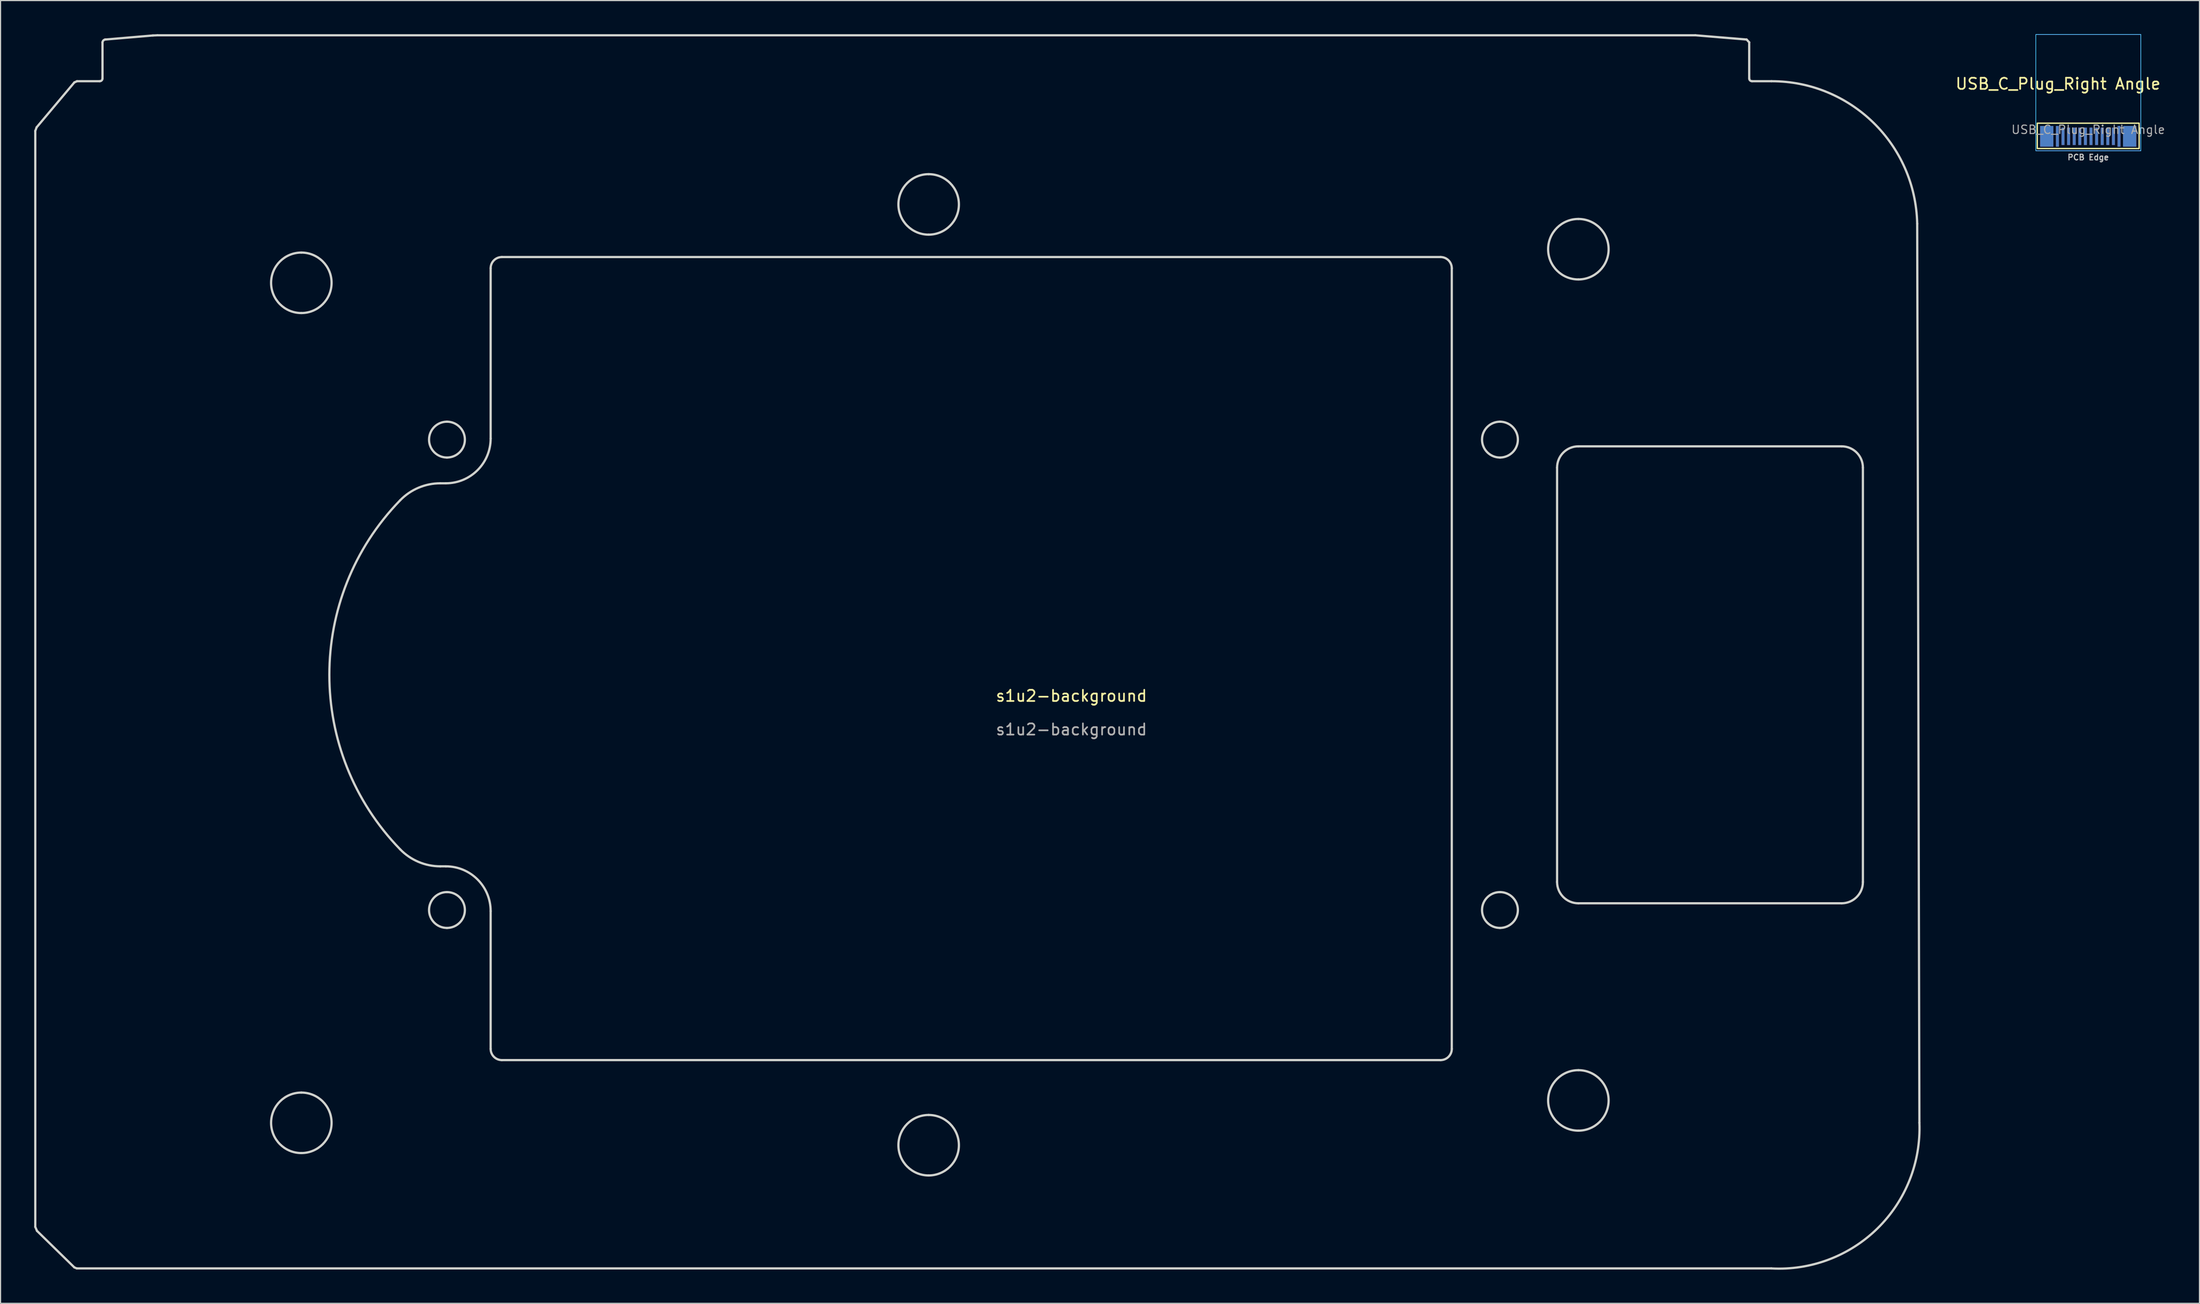
<source format=kicad_pcb>
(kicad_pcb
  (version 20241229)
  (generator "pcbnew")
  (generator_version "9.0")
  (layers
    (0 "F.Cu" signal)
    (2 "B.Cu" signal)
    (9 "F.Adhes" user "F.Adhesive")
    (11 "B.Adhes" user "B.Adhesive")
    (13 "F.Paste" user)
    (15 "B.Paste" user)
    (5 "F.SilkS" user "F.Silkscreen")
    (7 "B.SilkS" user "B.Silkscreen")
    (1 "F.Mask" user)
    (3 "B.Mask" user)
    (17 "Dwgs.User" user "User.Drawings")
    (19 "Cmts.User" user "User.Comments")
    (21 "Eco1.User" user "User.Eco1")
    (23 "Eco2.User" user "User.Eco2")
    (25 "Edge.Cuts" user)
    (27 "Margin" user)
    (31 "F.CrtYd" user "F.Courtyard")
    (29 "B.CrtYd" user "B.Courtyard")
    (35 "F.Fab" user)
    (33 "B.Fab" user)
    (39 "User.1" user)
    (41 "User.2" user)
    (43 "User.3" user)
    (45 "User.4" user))
  (footprint "USB_C_Plug_Right Angle"
    (layer "F.Cu")
    (at 183.363 7.975)
    (property "Reference" "USB_C_Plug_Right Angle" (at -2.692 -3.54 0) (layer "F.SilkS") (effects (font (size 1 1) (thickness 0.15))))
    (attr smd)
    (fp_rect (start -4.547 2.235) (end 4.547 -0.025) (stroke (width 0.12) (type solid)) (fill no) (layer "F.SilkS"))
    (fp_rect (start -4.674 -7.95) (end 4.699 2.438) (stroke (width 0.05) (type solid)) (fill no) (layer "B.CrtYd"))
    (fp_rect (start -4.674 2.438) (end 4.699 -7.95) (stroke (width 0.05) (type solid)) (fill no) (layer "F.CrtYd"))
    (fp_text user "PCB Edge" (at 0 3.022 0) (layer "Dwgs.User") (effects (font (size 0.5 0.5) (thickness 0.1))))
    (fp_text user "${REFERENCE}" (at 0 0.552 0) (layer "F.Fab") (effects (font (size 0.75 0.75) (thickness 0.1))))
    (pad "" smd rect (at -3.7 1.147) (size 1.18 1.85) (layers "F.Cu" "F.Mask"))
    (pad "" smd rect (at -3.7 1.147) (size 1.18 1.85) (layers "B.Cu" "B.Mask" "B.Paste"))
    (pad "" smd rect (at 3.7 1.147) (size 1.18 1.85) (layers "F.Cu" "F.Mask"))
    (pad "" smd rect (at 3.7 1.147 180) (size 1.18 1.85) (layers "B.Cu" "B.Mask" "B.Paste"))
    (pad "A1" smd rect (at 2.75 1.147) (size 0.26 1.85) (layers "F.Cu" "F.Mask" "F.Paste"))
    (pad "A2" smd rect (at 2.25 1.147) (size 0.26 1.55) (layers "F.Cu" "F.Mask" "F.Paste"))
    (pad "A3" smd rect (at 1.75 1.147) (size 0.26 1.55) (layers "F.Cu" "F.Mask" "F.Paste"))
    (pad "A4" smd rect (at 1.25 1.147) (size 0.26 1.55) (layers "F.Cu" "F.Mask" "F.Paste"))
    (pad "A5" smd rect (at 0.75 1.147) (size 0.26 1.55) (layers "F.Cu" "F.Mask" "F.Paste"))
    (pad "A6" smd rect (at 0.25 1.147 180) (size 0.26 1.55) (layers "F.Cu" "F.Mask" "F.Paste"))
    (pad "A7" smd rect (at -0.25 1.147 180) (size 0.26 1.55) (layers "F.Cu" "F.Mask" "F.Paste"))
    (pad "A8" smd rect (at -0.75 1.147) (size 0.26 1.55) (layers "F.Cu" "F.Mask" "F.Paste"))
    (pad "A9" smd rect (at -1.25 1.147) (size 0.26 1.55) (layers "F.Cu" "F.Mask" "F.Paste"))
    (pad "A10" smd rect (at -1.75 1.147) (size 0.26 1.55) (layers "F.Cu" "F.Mask" "F.Paste"))
    (pad "A11" smd rect (at -2.25 1.147) (size 0.26 1.55) (layers "F.Cu" "F.Mask" "F.Paste"))
    (pad "A12" smd rect (at -2.75 1.147) (size 0.26 1.85) (layers "F.Cu" "F.Mask" "F.Paste"))
    (pad "B1" smd rect (at -2.75 1.147) (size 0.26 1.85) (layers "B.Cu" "B.Mask" "B.Paste"))
    (pad "B2" smd rect (at -2.25 1.147) (size 0.26 1.55) (layers "B.Cu" "B.Mask" "B.Paste"))
    (pad "B3" smd rect (at -1.75 1.147) (size 0.26 1.55) (layers "B.Cu" "B.Mask" "B.Paste"))
    (pad "B4" smd rect (at -1.25 1.147) (size 0.26 1.55) (layers "B.Cu" "B.Mask" "B.Paste"))
    (pad "B5" smd rect (at -0.75 1.147) (size 0.26 1.55) (layers "B.Cu" "B.Mask" "B.Paste"))
    (pad "B6" smd rect (at -0.25 1.147 180) (size 0.26 1.55) (layers "B.Cu" "B.Mask" "B.Paste"))
    (pad "B7" smd rect (at 0.25 1.147) (size 0.26 1.55) (layers "B.Cu" "B.Mask" "B.Paste"))
    (pad "B8" smd rect (at 0.75 1.147) (size 0.26 1.55) (layers "B.Cu" "B.Mask" "B.Paste"))
    (pad "B9" smd rect (at 1.25 1.147) (size 0.26 1.55) (layers "B.Cu" "B.Mask" "B.Paste"))
    (pad "B10" smd rect (at 1.75 1.147) (size 0.26 1.55) (layers "B.Cu" "B.Mask" "B.Paste"))
    (pad "B11" smd rect (at 2.25 1.147) (size 0.26 1.55) (layers "B.Cu" "B.Mask" "B.Paste"))
    (pad "B12" smd rect (at 2.75 1.147) (size 0.26 1.85) (layers "B.Cu" "B.Mask" "B.Paste")))
  (footprint "s1u2-background"
    (layer "F.Cu")
    (at 92.597 59.582)
    (property "Reference" "s1u2-background" (at 0 -0.5 0) (unlocked yes) (layer "F.SilkS") (effects (font (size 1 1) (thickness 0.15))))
    (attr smd)
    (fp_line (start -92.497 46.911) (end -92.497 -50.943) (stroke (width 0.2) (type solid)) (layer "Edge.Cuts"))
    (fp_line (start -92.497 46.911) (end -92.347 47.265) (stroke (width 0.2) (type solid)) (layer "Edge.Cuts"))
    (fp_line (start -92.381 -51.26) (end -92.497 -50.943) (stroke (width 0.2) (type solid)) (layer "Edge.Cuts"))
    (fp_line (start -92.381 -51.26) (end -89.01 -55.273) (stroke (width 0.2) (type solid)) (layer "Edge.Cuts"))
    (fp_line (start -89.01 -55.273) (end -88.774 -55.382) (stroke (width 0.2) (type solid)) (layer "Edge.Cuts"))
    (fp_line (start -89.008 50.53) (end -92.347 47.265) (stroke (width 0.2) (type solid)) (layer "Edge.Cuts"))
    (fp_line (start -89.008 50.53) (end -88.791 50.618) (stroke (width 0.2) (type solid)) (layer "Edge.Cuts"))
    (fp_line (start -88.774 -55.382) (end -86.747 -55.382) (stroke (width 0.2) (type solid)) (layer "Edge.Cuts"))
    (fp_line (start -86.497 -55.632) (end -86.497 -58.853) (stroke (width 0.2) (type solid)) (layer "Edge.Cuts"))
    (fp_line (start -86.263 -59.102) (end -81.997 -59.465) (stroke (width 0.2) (type solid)) (layer "Edge.Cuts"))
    (fp_line (start -81.997 -59.465) (end -81.59 -59.482) (stroke (width 0.2) (type solid)) (layer "Edge.Cuts"))
    (fp_line (start -81.59 -59.482) (end 55.694 -59.482) (stroke (width 0.2) (type solid)) (layer "Edge.Cuts"))
    (fp_line (start -56.337 -19.482) (end -55.847 -19.482) (stroke (width 0.2) (type solid)) (layer "Edge.Cuts"))
    (fp_line (start -55.847 14.718) (end -56.337 14.718) (stroke (width 0.2) (type solid)) (layer "Edge.Cuts"))
    (fp_line (start -51.847 -23.482) (end -51.847 -38.682) (stroke (width 0.2) (type solid)) (layer "Edge.Cuts"))
    (fp_line (start -51.847 31.018) (end -51.847 18.718) (stroke (width 0.2) (type solid)) (layer "Edge.Cuts"))
    (fp_line (start -50.847 -39.682) (end 32.953 -39.682) (stroke (width 0.2) (type solid)) (layer "Edge.Cuts"))
    (fp_line (start 32.953 32.018) (end -50.847 32.018) (stroke (width 0.2) (type solid)) (layer "Edge.Cuts"))
    (fp_line (start 33.953 -38.682) (end 33.953 31.018) (stroke (width 0.2) (type solid)) (layer "Edge.Cuts"))
    (fp_line (start 43.353 16.118) (end 43.353 -20.882) (stroke (width 0.2) (type solid)) (layer "Edge.Cuts"))
    (fp_line (start 45.253 -22.782) (end 68.753 -22.782) (stroke (width 0.2) (type solid)) (layer "Edge.Cuts"))
    (fp_line (start 55.694 -59.482) (end 60.274 -59.102) (stroke (width 0.2) (type solid)) (layer "Edge.Cuts"))
    (fp_line (start 60.274 -59.102) (end 60.503 -58.853) (stroke (width 0.2) (type solid)) (layer "Edge.Cuts"))
    (fp_line (start 60.503 -58.853) (end 60.503 -55.632) (stroke (width 0.2) (type solid)) (layer "Edge.Cuts"))
    (fp_line (start 60.753 -55.382) (end 62.492 -55.382) (stroke (width 0.2) (type solid)) (layer "Edge.Cuts"))
    (fp_line (start 62.476 50.618) (end -88.791 50.618) (stroke (width 0.2) (type solid)) (layer "Edge.Cuts"))
    (fp_line (start 68.753 18.018) (end 45.253 18.018) (stroke (width 0.2) (type solid)) (layer "Edge.Cuts"))
    (fp_line (start 70.653 -20.882) (end 70.653 16.118) (stroke (width 0.2) (type solid)) (layer "Edge.Cuts"))
    (fp_line (start 75.5 -42.654) (end 75.697 37.614) (stroke (width 0.2) (type solid)) (layer "Edge.Cuts"))
    (fp_arc (start -86.496728 -58.852594) (mid -86.420993 -59.015692) (end -86.263407 -59.102315) (stroke (width 0.2) (type solid)) (layer "Edge.Cuts"))
    (fp_arc (start -86.496728 -55.6318) (mid -86.569951 -55.455023) (end -86.746728 -55.3818) (stroke (width 0.2) (type solid)) (layer "Edge.Cuts"))
    (fp_arc (start -68.746728 -40.0818) (mid -66.046728 -37.3818) (end -68.746728 -34.6818) (stroke (width 0.2) (type solid)) (layer "Edge.Cuts"))
    (fp_arc (start -68.746728 -34.6818) (mid -71.446728 -37.3818) (end -68.746728 -40.0818) (stroke (width 0.2) (type solid)) (layer "Edge.Cuts"))
    (fp_arc (start -68.746728 34.9182) (mid -66.046728 37.6182) (end -68.746728 40.3182) (stroke (width 0.2) (type solid)) (layer "Edge.Cuts"))
    (fp_arc (start -68.746728 40.3182) (mid -71.446728 37.6182) (end -68.746728 34.9182) (stroke (width 0.2) (type solid)) (layer "Edge.Cuts"))
    (fp_arc (start -59.923619 -17.965706) (mid -58.284053 -19.087206) (end -56.3372 -19.4818) (stroke (width 0.2) (type solid)) (layer "Edge.Cuts"))
    (fp_arc (start -59.923619 13.202106) (mid -66.246728 -2.3818) (end -59.923619 -17.965706) (stroke (width 0.2) (type solid)) (layer "Edge.Cuts"))
    (fp_arc (start -56.3372 14.7182) (mid -58.284053 14.323606) (end -59.923619 13.202106) (stroke (width 0.2) (type solid)) (layer "Edge.Cuts"))
    (fp_arc (start -55.846728 14.7182) (mid -53.018301 15.889773) (end -51.846728 18.7182) (stroke (width 0.2) (type solid)) (layer "Edge.Cuts"))
    (fp_arc (start -55.746728 -24.9818) (mid -54.146728 -23.3818) (end -55.746728 -21.7818) (stroke (width 0.2) (type solid)) (layer "Edge.Cuts"))
    (fp_arc (start -55.746728 -21.7818) (mid -57.346728 -23.3818) (end -55.746728 -24.9818) (stroke (width 0.2) (type solid)) (layer "Edge.Cuts"))
    (fp_arc (start -55.746728 17.0182) (mid -54.146728 18.6182) (end -55.746728 20.2182) (stroke (width 0.2) (type solid)) (layer "Edge.Cuts"))
    (fp_arc (start -55.746728 20.2182) (mid -57.346728 18.6182) (end -55.746728 17.0182) (stroke (width 0.2) (type solid)) (layer "Edge.Cuts"))
    (fp_arc (start -51.846728 -38.6818) (mid -51.553835 -39.388907) (end -50.846728 -39.6818) (stroke (width 0.2) (type solid)) (layer "Edge.Cuts"))
    (fp_arc (start -51.846728 -23.4818) (mid -53.018301 -20.653373) (end -55.846728 -19.4818) (stroke (width 0.2) (type solid)) (layer "Edge.Cuts"))
    (fp_arc (start -50.846728 32.0182) (mid -51.553835 31.725307) (end -51.846728 31.0182) (stroke (width 0.2) (type solid)) (layer "Edge.Cuts"))
    (fp_arc (start -12.746728 -47.0818) (mid -10.046728 -44.3818) (end -12.746728 -41.6818) (stroke (width 0.2) (type solid)) (layer "Edge.Cuts"))
    (fp_arc (start -12.746728 -41.6818) (mid -15.446728 -44.3818) (end -12.746728 -47.0818) (stroke (width 0.2) (type solid)) (layer "Edge.Cuts"))
    (fp_arc (start -12.746728 36.9182) (mid -10.046728 39.6182) (end -12.746728 42.3182) (stroke (width 0.2) (type solid)) (layer "Edge.Cuts"))
    (fp_arc (start -12.746728 42.3182) (mid -15.446728 39.6182) (end -12.746728 36.9182) (stroke (width 0.2) (type solid)) (layer "Edge.Cuts"))
    (fp_arc (start 32.953272 -39.6818) (mid 33.660379 -39.388907) (end 33.953272 -38.6818) (stroke (width 0.2) (type solid)) (layer "Edge.Cuts"))
    (fp_arc (start 33.953272 31.0182) (mid 33.660379 31.725307) (end 32.953272 32.0182) (stroke (width 0.2) (type solid)) (layer "Edge.Cuts"))
    (fp_arc (start 38.253272 -24.9818) (mid 39.853272 -23.3818) (end 38.253272 -21.7818) (stroke (width 0.2) (type solid)) (layer "Edge.Cuts"))
    (fp_arc (start 38.253272 -21.7818) (mid 36.653272 -23.3818) (end 38.253272 -24.9818) (stroke (width 0.2) (type solid)) (layer "Edge.Cuts"))
    (fp_arc (start 38.253272 17.0182) (mid 39.853272 18.6182) (end 38.253272 20.2182) (stroke (width 0.2) (type solid)) (layer "Edge.Cuts"))
    (fp_arc (start 38.253272 20.2182) (mid 36.653272 18.6182) (end 38.253272 17.0182) (stroke (width 0.2) (type solid)) (layer "Edge.Cuts"))
    (fp_arc (start 43.353272 -20.8818) (mid 43.909769 -22.225303) (end 45.253272 -22.7818) (stroke (width 0.2) (type solid)) (layer "Edge.Cuts"))
    (fp_arc (start 45.253272 -43.0818) (mid 47.953272 -40.3818) (end 45.253272 -37.6818) (stroke (width 0.2) (type solid)) (layer "Edge.Cuts"))
    (fp_arc (start 45.253272 -37.6818) (mid 42.553272 -40.3818) (end 45.253272 -43.0818) (stroke (width 0.2) (type solid)) (layer "Edge.Cuts"))
    (fp_arc (start 45.253272 18.0182) (mid 43.909769 17.461703) (end 43.353272 16.1182) (stroke (width 0.2) (type solid)) (layer "Edge.Cuts"))
    (fp_arc (start 45.253272 32.9182) (mid 47.953272 35.6182) (end 45.253272 38.3182) (stroke (width 0.2) (type solid)) (layer "Edge.Cuts"))
    (fp_arc (start 45.253272 38.3182) (mid 42.553272 35.6182) (end 45.253272 32.9182) (stroke (width 0.2) (type solid)) (layer "Edge.Cuts"))
    (fp_arc (start 60.753272 -55.3818) (mid 60.576495 -55.455023) (end 60.503272 -55.6318) (stroke (width 0.2) (type solid)) (layer "Edge.Cuts"))
    (fp_arc (start 62.491731 -55.381552) (mid 71.595089 -51.674436) (end 75.500457 -42.654351) (stroke (width 0.2) (type solid)) (layer "Edge.Cuts"))
    (fp_arc (start 68.753272 -22.7818) (mid 70.096775 -22.225303) (end 70.653272 -20.8818) (stroke (width 0.2) (type solid)) (layer "Edge.Cuts"))
    (fp_arc (start 70.653272 16.1182) (mid 70.096775 17.461703) (end 68.753272 18.0182) (stroke (width 0.2) (type solid)) (layer "Edge.Cuts"))
    (fp_arc (start 75.696655 37.613794) (mid 71.962021 47.039692) (end 62.475751 50.6182) (stroke (width 0.2) (type solid)) (layer "Edge.Cuts"))
    (fp_text user "${REFERENCE}" (at 0 2.5 0) (unlocked yes) (layer "F.Fab") (effects (font (size 1 1) (thickness 0.15)))))
  (gr_rect
    (start -3 -3)
    (end 193.296 113.319)
    (stroke (width 0.1) (type default))
    (fill no)
    (layer "Edge.Cuts")))
</source>
